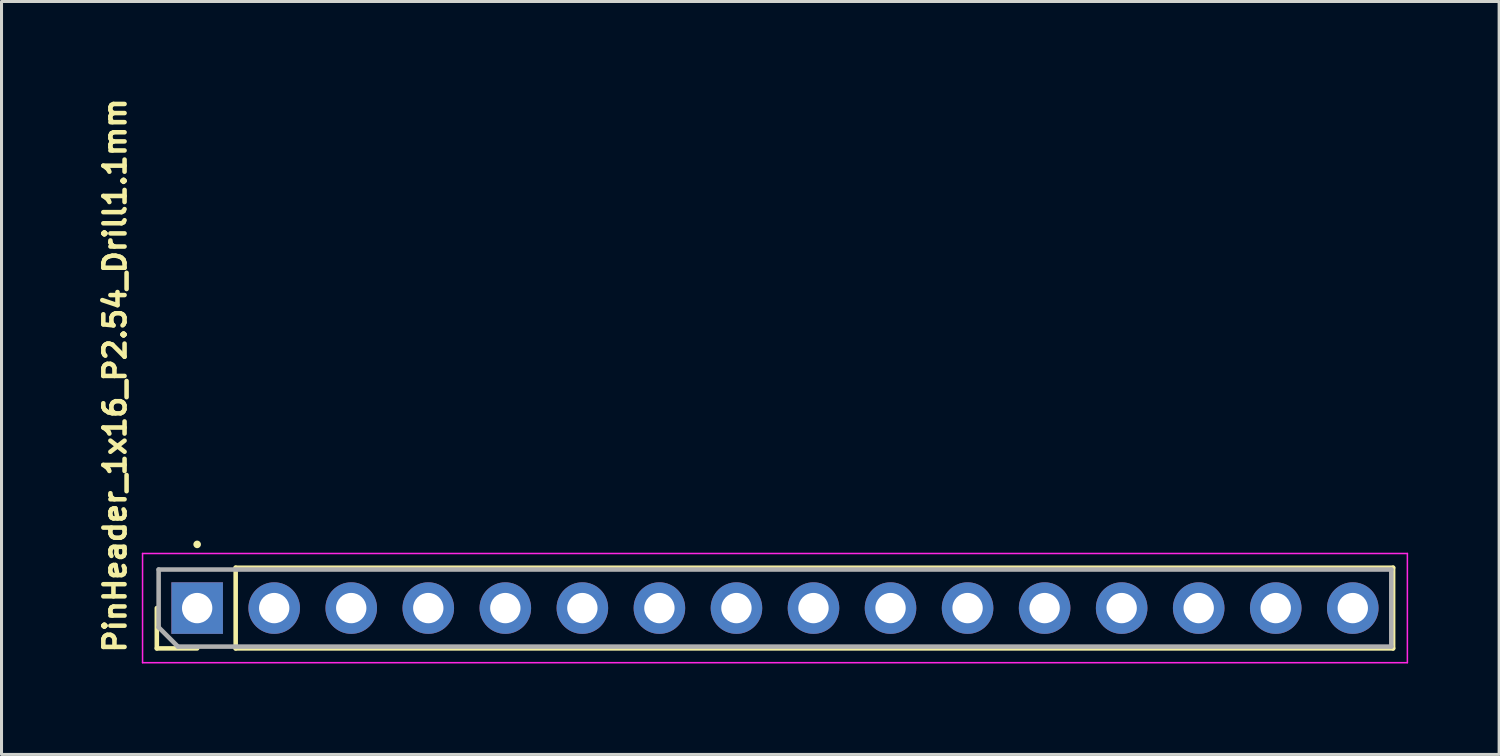
<source format=kicad_pcb>
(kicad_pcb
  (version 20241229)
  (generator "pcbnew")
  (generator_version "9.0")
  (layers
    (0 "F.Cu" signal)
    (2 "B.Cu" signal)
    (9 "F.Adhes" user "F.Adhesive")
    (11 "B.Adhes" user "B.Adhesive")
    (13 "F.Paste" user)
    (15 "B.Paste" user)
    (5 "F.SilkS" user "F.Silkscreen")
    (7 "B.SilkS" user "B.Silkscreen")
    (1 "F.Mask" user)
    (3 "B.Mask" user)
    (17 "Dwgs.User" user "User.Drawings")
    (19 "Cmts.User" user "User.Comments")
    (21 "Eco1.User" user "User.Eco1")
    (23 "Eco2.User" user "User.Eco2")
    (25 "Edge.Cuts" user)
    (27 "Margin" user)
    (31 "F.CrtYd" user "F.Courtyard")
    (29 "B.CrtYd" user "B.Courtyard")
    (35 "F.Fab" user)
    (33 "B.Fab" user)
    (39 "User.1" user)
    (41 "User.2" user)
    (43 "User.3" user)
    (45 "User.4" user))
  (footprint "PinHeader_1x16_P2.54_Drill1.1mm"
    (layer "F.Cu")
    (at 3.45 16.998)
    (property "Reference" "PinHeader_1x16_P2.54_Drill1.1mm" (at -2.3 1.545 90) (unlocked yes) (layer "F.SilkS") (effects (font (size 0.7 0.7) (thickness 0.15)) (justify left bottom)))
    (attr through_hole)
    (fp_line (start -1.33 1.329) (end -1.33 -0.001) (stroke (width 0.15) (type solid)) (layer "F.SilkS"))
    (fp_line (start 0 1.329) (end -1.33 1.329) (stroke (width 0.15) (type solid)) (layer "F.SilkS"))
    (fp_line (start 1.27 -1.331) (end 39.43 -1.331) (stroke (width 0.15) (type solid)) (layer "F.SilkS"))
    (fp_line (start 1.27 1.329) (end 1.27 -1.331) (stroke (width 0.15) (type solid)) (layer "F.SilkS"))
    (fp_line (start 1.27 1.329) (end 39.43 1.329) (stroke (width 0.15) (type solid)) (layer "F.SilkS"))
    (fp_line (start 39.43 1.329) (end 39.43 -1.331) (stroke (width 0.15) (type solid)) (layer "F.SilkS"))
    (fp_circle (center 0 -2.1) (end 0.05 -2.1) (stroke (width 0.15) (type solid)) (fill yes) (layer "F.SilkS"))
    (fp_line (start -1.8 -1.8) (end -1.8 1.8) (stroke (width 0.05) (type solid)) (layer "F.CrtYd"))
    (fp_line (start -1.8 1.8) (end 39.9 1.8) (stroke (width 0.05) (type solid)) (layer "F.CrtYd"))
    (fp_line (start 39.9 -1.8) (end -1.8 -1.8) (stroke (width 0.05) (type solid)) (layer "F.CrtYd"))
    (fp_line (start 39.9 1.8) (end 39.9 -1.8) (stroke (width 0.05) (type solid)) (layer "F.CrtYd"))
    (fp_line (start -1.27 -1.271) (end 39.37 -1.271) (stroke (width 0.15) (type solid)) (layer "F.Fab"))
    (fp_line (start -1.27 0.634) (end -1.27 -1.271) (stroke (width 0.15) (type solid)) (layer "F.Fab"))
    (fp_line (start -0.635 1.269) (end -1.27 0.634) (stroke (width 0.15) (type solid)) (layer "F.Fab"))
    (fp_line (start 39.37 -1.271) (end 39.37 1.269) (stroke (width 0.15) (type solid)) (layer "F.Fab"))
    (fp_line (start 39.37 1.269) (end -0.635 1.269) (stroke (width 0.15) (type solid)) (layer "F.Fab"))
    (pad "1" thru_hole rect (at 0 0 90) (size 1.7 1.7) (drill 1) (layers "*.Cu" "*.Mask"))
    (pad "2" thru_hole oval (at 2.54 0 90) (size 1.7 1.7) (drill 1) (layers "*.Cu" "*.Mask"))
    (pad "3" thru_hole oval (at 5.08 0 90) (size 1.7 1.7) (drill 1) (layers "*.Cu" "*.Mask"))
    (pad "4" thru_hole oval (at 7.62 0 90) (size 1.7 1.7) (drill 1) (layers "*.Cu" "*.Mask"))
    (pad "5" thru_hole oval (at 10.16 0 90) (size 1.7 1.7) (drill 1) (layers "*.Cu" "*.Mask"))
    (pad "6" thru_hole oval (at 12.7 0 90) (size 1.7 1.7) (drill 1) (layers "*.Cu" "*.Mask"))
    (pad "7" thru_hole oval (at 15.24 0 90) (size 1.7 1.7) (drill 1) (layers "*.Cu" "*.Mask"))
    (pad "8" thru_hole oval (at 17.78 0 90) (size 1.7 1.7) (drill 1) (layers "*.Cu" "*.Mask"))
    (pad "9" thru_hole oval (at 20.32 0 90) (size 1.7 1.7) (drill 1) (layers "*.Cu" "*.Mask"))
    (pad "10" thru_hole oval (at 22.86 0 90) (size 1.7 1.7) (drill 1) (layers "*.Cu" "*.Mask"))
    (pad "11" thru_hole oval (at 25.4 0 90) (size 1.7 1.7) (drill 1) (layers "*.Cu" "*.Mask"))
    (pad "12" thru_hole oval (at 27.94 0 90) (size 1.7 1.7) (drill 1) (layers "*.Cu" "*.Mask"))
    (pad "13" thru_hole oval (at 30.48 0 90) (size 1.7 1.7) (drill 1) (layers "*.Cu" "*.Mask"))
    (pad "14" thru_hole oval (at 33.02 0 90) (size 1.7 1.7) (drill 1) (layers "*.Cu" "*.Mask"))
    (pad "15" thru_hole oval (at 35.56 0 90) (size 1.7 1.7) (drill 1) (layers "*.Cu" "*.Mask"))
    (pad "16" thru_hole oval (at 38.1 0 90) (size 1.7 1.7) (drill 1) (layers "*.Cu" "*.Mask")))
  (gr_rect
    (start -3 -3)
    (end 46.375 21.823)
    (stroke (width 0.1) (type default))
    (fill no)
    (layer "Edge.Cuts")))
</source>
